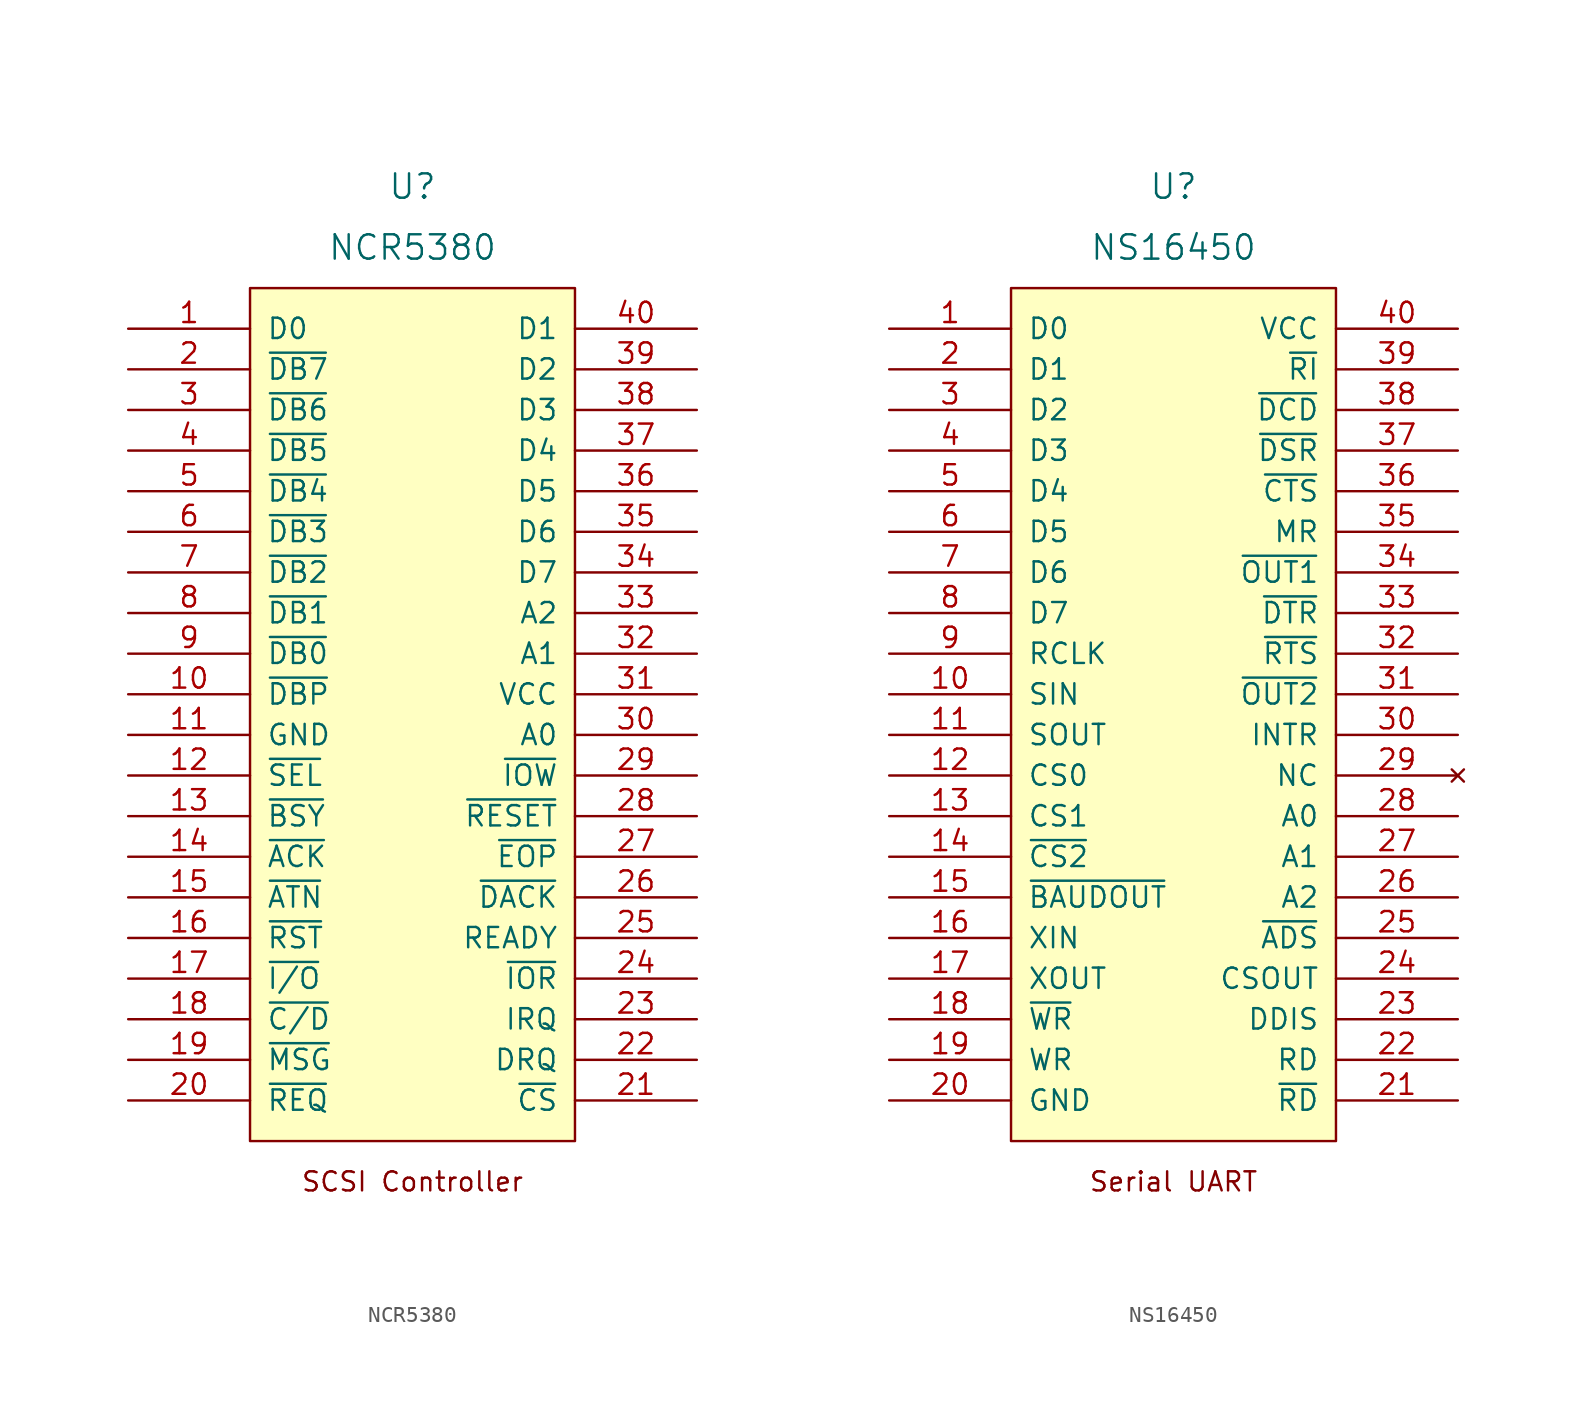
<source format=kicad_sym>
(kicad_symbol_lib
  (version 20211014)
  (generator kicad_symbol_editor)
  (symbol "NCR5380"
    (pin_names
      (offset 1.016))
    (property "Reference" "U"
      (at 0 38.1 0)
      (effects (font (size 1.524 1.524))))
    (property "Value" "NCR5380"
      (at 0 34.29 0)
      (effects (font (size 1.524 1.524))))
    (property "Footprint" ""
      (at 0 -16.51 0)
      (effects (font (size 1.524 1.524))))
    (property "Datasheet" ""
      (at 0 -16.51 0)
      (effects (font (size 1.524 1.524))))
    (symbol "NCR5380_0_0"
      (text "SCSI Controller" (at 0 -24.13 0) (effects (font (size 1.194 1.194)))))
    (symbol "NCR5380_0_1"
      (rectangle (start -10.16 31.75) (end 10.16 -21.59) (stroke (width 0) (type default) (color 0 0 0 0)) (fill (type background))))
    (symbol "NCR5380_1_1"
      (pin tri_state line (at -17.78 29.21 0) (length 7.62) (name "D0" (effects (font (size 1.27 1.27)))) (number "1" (effects (font (size 1.27 1.27)))))
      (pin bidirectional line (at -17.78 6.35 0) (length 7.62) (name "~{DBP}" (effects (font (size 1.27 1.27)))) (number "10" (effects (font (size 1.27 1.27)))))
      (pin power_in line (at -17.78 3.81 0) (length 7.62) (name "GND" (effects (font (size 1.27 1.27)))) (number "11" (effects (font (size 1.27 1.27)))))
      (pin bidirectional line (at -17.78 1.27 0) (length 7.62) (name "~{SEL}" (effects (font (size 1.27 1.27)))) (number "12" (effects (font (size 1.27 1.27)))))
      (pin bidirectional line (at -17.78 -1.27 0) (length 7.62) (name "~{BSY}" (effects (font (size 1.27 1.27)))) (number "13" (effects (font (size 1.27 1.27)))))
      (pin bidirectional line (at -17.78 -3.81 0) (length 7.62) (name "~{ACK}" (effects (font (size 1.27 1.27)))) (number "14" (effects (font (size 1.27 1.27)))))
      (pin bidirectional line (at -17.78 -6.35 0) (length 7.62) (name "~{ATN}" (effects (font (size 1.27 1.27)))) (number "15" (effects (font (size 1.27 1.27)))))
      (pin bidirectional line (at -17.78 -8.89 0) (length 7.62) (name "~{RST}" (effects (font (size 1.27 1.27)))) (number "16" (effects (font (size 1.27 1.27)))))
      (pin bidirectional line (at -17.78 -11.43 0) (length 7.62) (name "~{I/O}" (effects (font (size 1.27 1.27)))) (number "17" (effects (font (size 1.27 1.27)))))
      (pin bidirectional line (at -17.78 -13.97 0) (length 7.62) (name "~{C/D}" (effects (font (size 1.27 1.27)))) (number "18" (effects (font (size 1.27 1.27)))))
      (pin bidirectional line (at -17.78 -16.51 0) (length 7.62) (name "~{MSG}" (effects (font (size 1.27 1.27)))) (number "19" (effects (font (size 1.27 1.27)))))
      (pin bidirectional line (at -17.78 26.67 0) (length 7.62) (name "~{DB7}" (effects (font (size 1.27 1.27)))) (number "2" (effects (font (size 1.27 1.27)))))
      (pin bidirectional line (at -17.78 -19.05 0) (length 7.62) (name "~{REQ}" (effects (font (size 1.27 1.27)))) (number "20" (effects (font (size 1.27 1.27)))))
      (pin input line (at 17.78 -19.05 180) (length 7.62) (name "~{CS}" (effects (font (size 1.27 1.27)))) (number "21" (effects (font (size 1.27 1.27)))))
      (pin output line (at 17.78 -16.51 180) (length 7.62) (name "DRQ" (effects (font (size 1.27 1.27)))) (number "22" (effects (font (size 1.27 1.27)))))
      (pin output line (at 17.78 -13.97 180) (length 7.62) (name "IRQ" (effects (font (size 1.27 1.27)))) (number "23" (effects (font (size 1.27 1.27)))))
      (pin input line (at 17.78 -11.43 180) (length 7.62) (name "~{IOR}" (effects (font (size 1.27 1.27)))) (number "24" (effects (font (size 1.27 1.27)))))
      (pin output line (at 17.78 -8.89 180) (length 7.62) (name "READY" (effects (font (size 1.27 1.27)))) (number "25" (effects (font (size 1.27 1.27)))))
      (pin input line (at 17.78 -6.35 180) (length 7.62) (name "~{DACK}" (effects (font (size 1.27 1.27)))) (number "26" (effects (font (size 1.27 1.27)))))
      (pin input line (at 17.78 -3.81 180) (length 7.62) (name "~{EOP}" (effects (font (size 1.27 1.27)))) (number "27" (effects (font (size 1.27 1.27)))))
      (pin input line (at 17.78 -1.27 180) (length 7.62) (name "~{RESET}" (effects (font (size 1.27 1.27)))) (number "28" (effects (font (size 1.27 1.27)))))
      (pin input line (at 17.78 1.27 180) (length 7.62) (name "~{IOW}" (effects (font (size 1.27 1.27)))) (number "29" (effects (font (size 1.27 1.27)))))
      (pin bidirectional line (at -17.78 24.13 0) (length 7.62) (name "~{DB6}" (effects (font (size 1.27 1.27)))) (number "3" (effects (font (size 1.27 1.27)))))
      (pin input line (at 17.78 3.81 180) (length 7.62) (name "A0" (effects (font (size 1.27 1.27)))) (number "30" (effects (font (size 1.27 1.27)))))
      (pin power_in line (at 17.78 6.35 180) (length 7.62) (name "VCC" (effects (font (size 1.27 1.27)))) (number "31" (effects (font (size 1.27 1.27)))))
      (pin input line (at 17.78 8.89 180) (length 7.62) (name "A1" (effects (font (size 1.27 1.27)))) (number "32" (effects (font (size 1.27 1.27)))))
      (pin input line (at 17.78 11.43 180) (length 7.62) (name "A2" (effects (font (size 1.27 1.27)))) (number "33" (effects (font (size 1.27 1.27)))))
      (pin tri_state line (at 17.78 13.97 180) (length 7.62) (name "D7" (effects (font (size 1.27 1.27)))) (number "34" (effects (font (size 1.27 1.27)))))
      (pin tri_state line (at 17.78 16.51 180) (length 7.62) (name "D6" (effects (font (size 1.27 1.27)))) (number "35" (effects (font (size 1.27 1.27)))))
      (pin tri_state line (at 17.78 19.05 180) (length 7.62) (name "D5" (effects (font (size 1.27 1.27)))) (number "36" (effects (font (size 1.27 1.27)))))
      (pin tri_state line (at 17.78 21.59 180) (length 7.62) (name "D4" (effects (font (size 1.27 1.27)))) (number "37" (effects (font (size 1.27 1.27)))))
      (pin tri_state line (at 17.78 24.13 180) (length 7.62) (name "D3" (effects (font (size 1.27 1.27)))) (number "38" (effects (font (size 1.27 1.27)))))
      (pin tri_state line (at 17.78 26.67 180) (length 7.62) (name "D2" (effects (font (size 1.27 1.27)))) (number "39" (effects (font (size 1.27 1.27)))))
      (pin bidirectional line (at -17.78 21.59 0) (length 7.62) (name "~{DB5}" (effects (font (size 1.27 1.27)))) (number "4" (effects (font (size 1.27 1.27)))))
      (pin tri_state line (at 17.78 29.21 180) (length 7.62) (name "D1" (effects (font (size 1.27 1.27)))) (number "40" (effects (font (size 1.27 1.27)))))
      (pin bidirectional line (at -17.78 19.05 0) (length 7.62) (name "~{DB4}" (effects (font (size 1.27 1.27)))) (number "5" (effects (font (size 1.27 1.27)))))
      (pin bidirectional line (at -17.78 16.51 0) (length 7.62) (name "~{DB3}" (effects (font (size 1.27 1.27)))) (number "6" (effects (font (size 1.27 1.27)))))
      (pin bidirectional line (at -17.78 13.97 0) (length 7.62) (name "~{DB2}" (effects (font (size 1.27 1.27)))) (number "7" (effects (font (size 1.27 1.27)))))
      (pin bidirectional line (at -17.78 11.43 0) (length 7.62) (name "~{DB1}" (effects (font (size 1.27 1.27)))) (number "8" (effects (font (size 1.27 1.27)))))
      (pin bidirectional line (at -17.78 8.89 0) (length 7.62) (name "~{DB0}" (effects (font (size 1.27 1.27)))) (number "9" (effects (font (size 1.27 1.27)))))))
  (symbol "NS16450"
    (pin_names
      (offset 1.016))
    (property "Reference" "U"
      (at 0 38.1 0)
      (effects (font (size 1.524 1.524))))
    (property "Value" "NS16450"
      (at 0 34.29 0)
      (effects (font (size 1.524 1.524))))
    (property "Footprint" ""
      (at 0 -16.51 0)
      (effects (font (size 1.524 1.524))))
    (property "Datasheet" ""
      (at 0 -16.51 0)
      (effects (font (size 1.524 1.524))))
    (symbol "NS16450_0_0"
      (text "Serial UART" (at 0 -24.13 0) (effects (font (size 1.194 1.194)))))
    (symbol "NS16450_0_1"
      (rectangle (start -10.16 31.75) (end 10.16 -21.59) (stroke (width 0) (type default) (color 0 0 0 0)) (fill (type background))))
    (symbol "NS16450_1_1"
      (pin tri_state line (at -17.78 29.21 0) (length 7.62) (name "D0" (effects (font (size 1.27 1.27)))) (number "1" (effects (font (size 1.27 1.27)))))
      (pin input line (at -17.78 6.35 0) (length 7.62) (name "SIN" (effects (font (size 1.27 1.27)))) (number "10" (effects (font (size 1.27 1.27)))))
      (pin output line (at -17.78 3.81 0) (length 7.62) (name "SOUT" (effects (font (size 1.27 1.27)))) (number "11" (effects (font (size 1.27 1.27)))))
      (pin input line (at -17.78 1.27 0) (length 7.62) (name "CS0" (effects (font (size 1.27 1.27)))) (number "12" (effects (font (size 1.27 1.27)))))
      (pin input line (at -17.78 -1.27 0) (length 7.62) (name "CS1" (effects (font (size 1.27 1.27)))) (number "13" (effects (font (size 1.27 1.27)))))
      (pin input line (at -17.78 -3.81 0) (length 7.62) (name "~{CS2}" (effects (font (size 1.27 1.27)))) (number "14" (effects (font (size 1.27 1.27)))))
      (pin output line (at -17.78 -6.35 0) (length 7.62) (name "~{BAUDOUT}" (effects (font (size 1.27 1.27)))) (number "15" (effects (font (size 1.27 1.27)))))
      (pin input line (at -17.78 -8.89 0) (length 7.62) (name "XIN" (effects (font (size 1.27 1.27)))) (number "16" (effects (font (size 1.27 1.27)))))
      (pin output line (at -17.78 -11.43 0) (length 7.62) (name "XOUT" (effects (font (size 1.27 1.27)))) (number "17" (effects (font (size 1.27 1.27)))))
      (pin input line (at -17.78 -13.97 0) (length 7.62) (name "~{WR}" (effects (font (size 1.27 1.27)))) (number "18" (effects (font (size 1.27 1.27)))))
      (pin input line (at -17.78 -16.51 0) (length 7.62) (name "WR" (effects (font (size 1.27 1.27)))) (number "19" (effects (font (size 1.27 1.27)))))
      (pin tri_state line (at -17.78 26.67 0) (length 7.62) (name "D1" (effects (font (size 1.27 1.27)))) (number "2" (effects (font (size 1.27 1.27)))))
      (pin power_in line (at -17.78 -19.05 0) (length 7.62) (name "GND" (effects (font (size 1.27 1.27)))) (number "20" (effects (font (size 1.27 1.27)))))
      (pin input line (at 17.78 -19.05 180) (length 7.62) (name "~{RD}" (effects (font (size 1.27 1.27)))) (number "21" (effects (font (size 1.27 1.27)))))
      (pin input line (at 17.78 -16.51 180) (length 7.62) (name "RD" (effects (font (size 1.27 1.27)))) (number "22" (effects (font (size 1.27 1.27)))))
      (pin output line (at 17.78 -13.97 180) (length 7.62) (name "DDIS" (effects (font (size 1.27 1.27)))) (number "23" (effects (font (size 1.27 1.27)))))
      (pin output line (at 17.78 -11.43 180) (length 7.62) (name "CSOUT" (effects (font (size 1.27 1.27)))) (number "24" (effects (font (size 1.27 1.27)))))
      (pin input line (at 17.78 -8.89 180) (length 7.62) (name "~{ADS}" (effects (font (size 1.27 1.27)))) (number "25" (effects (font (size 1.27 1.27)))))
      (pin input line (at 17.78 -6.35 180) (length 7.62) (name "A2" (effects (font (size 1.27 1.27)))) (number "26" (effects (font (size 1.27 1.27)))))
      (pin input line (at 17.78 -3.81 180) (length 7.62) (name "A1" (effects (font (size 1.27 1.27)))) (number "27" (effects (font (size 1.27 1.27)))))
      (pin input line (at 17.78 -1.27 180) (length 7.62) (name "A0" (effects (font (size 1.27 1.27)))) (number "28" (effects (font (size 1.27 1.27)))))
      (pin no_connect line (at 17.78 1.27 180) (length 7.62) (name "NC" (effects (font (size 1.27 1.27)))) (number "29" (effects (font (size 1.27 1.27)))))
      (pin tri_state line (at -17.78 24.13 0) (length 7.62) (name "D2" (effects (font (size 1.27 1.27)))) (number "3" (effects (font (size 1.27 1.27)))))
      (pin output line (at 17.78 3.81 180) (length 7.62) (name "INTR" (effects (font (size 1.27 1.27)))) (number "30" (effects (font (size 1.27 1.27)))))
      (pin output line (at 17.78 6.35 180) (length 7.62) (name "~{OUT2}" (effects (font (size 1.27 1.27)))) (number "31" (effects (font (size 1.27 1.27)))))
      (pin output line (at 17.78 8.89 180) (length 7.62) (name "~{RTS}" (effects (font (size 1.27 1.27)))) (number "32" (effects (font (size 1.27 1.27)))))
      (pin output line (at 17.78 11.43 180) (length 7.62) (name "~{DTR}" (effects (font (size 1.27 1.27)))) (number "33" (effects (font (size 1.27 1.27)))))
      (pin output line (at 17.78 13.97 180) (length 7.62) (name "~{OUT1}" (effects (font (size 1.27 1.27)))) (number "34" (effects (font (size 1.27 1.27)))))
      (pin input line (at 17.78 16.51 180) (length 7.62) (name "MR" (effects (font (size 1.27 1.27)))) (number "35" (effects (font (size 1.27 1.27)))))
      (pin input line (at 17.78 19.05 180) (length 7.62) (name "~{CTS}" (effects (font (size 1.27 1.27)))) (number "36" (effects (font (size 1.27 1.27)))))
      (pin input line (at 17.78 21.59 180) (length 7.62) (name "~{DSR}" (effects (font (size 1.27 1.27)))) (number "37" (effects (font (size 1.27 1.27)))))
      (pin input line (at 17.78 24.13 180) (length 7.62) (name "~{DCD}" (effects (font (size 1.27 1.27)))) (number "38" (effects (font (size 1.27 1.27)))))
      (pin input line (at 17.78 26.67 180) (length 7.62) (name "~{RI}" (effects (font (size 1.27 1.27)))) (number "39" (effects (font (size 1.27 1.27)))))
      (pin tri_state line (at -17.78 21.59 0) (length 7.62) (name "D3" (effects (font (size 1.27 1.27)))) (number "4" (effects (font (size 1.27 1.27)))))
      (pin power_in line (at 17.78 29.21 180) (length 7.62) (name "VCC" (effects (font (size 1.27 1.27)))) (number "40" (effects (font (size 1.27 1.27)))))
      (pin tri_state line (at -17.78 19.05 0) (length 7.62) (name "D4" (effects (font (size 1.27 1.27)))) (number "5" (effects (font (size 1.27 1.27)))))
      (pin tri_state line (at -17.78 16.51 0) (length 7.62) (name "D5" (effects (font (size 1.27 1.27)))) (number "6" (effects (font (size 1.27 1.27)))))
      (pin tri_state line (at -17.78 13.97 0) (length 7.62) (name "D6" (effects (font (size 1.27 1.27)))) (number "7" (effects (font (size 1.27 1.27)))))
      (pin tri_state line (at -17.78 11.43 0) (length 7.62) (name "D7" (effects (font (size 1.27 1.27)))) (number "8" (effects (font (size 1.27 1.27)))))
      (pin input line (at -17.78 8.89 0) (length 7.62) (name "RCLK" (effects (font (size 1.27 1.27)))) (number "9" (effects (font (size 1.27 1.27))))))))
</source>
